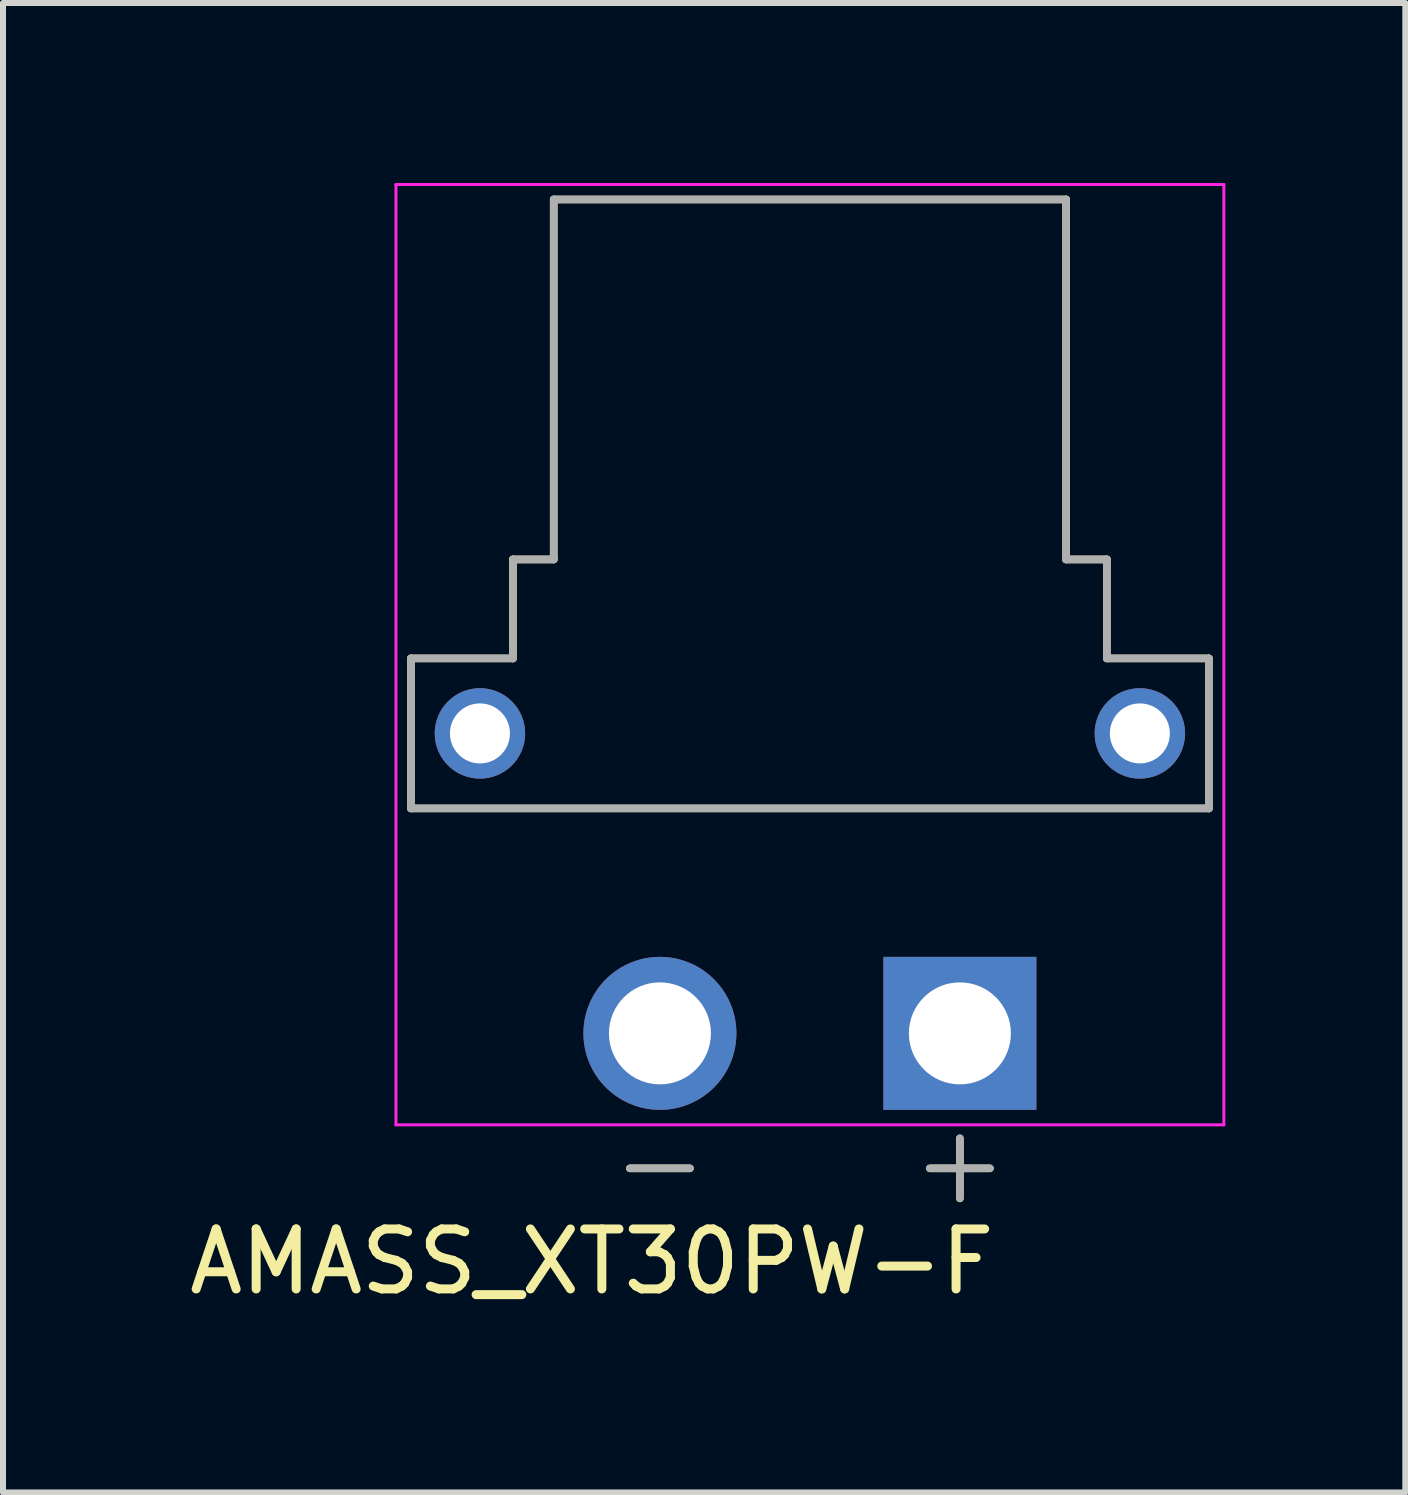
<source format=kicad_pcb>
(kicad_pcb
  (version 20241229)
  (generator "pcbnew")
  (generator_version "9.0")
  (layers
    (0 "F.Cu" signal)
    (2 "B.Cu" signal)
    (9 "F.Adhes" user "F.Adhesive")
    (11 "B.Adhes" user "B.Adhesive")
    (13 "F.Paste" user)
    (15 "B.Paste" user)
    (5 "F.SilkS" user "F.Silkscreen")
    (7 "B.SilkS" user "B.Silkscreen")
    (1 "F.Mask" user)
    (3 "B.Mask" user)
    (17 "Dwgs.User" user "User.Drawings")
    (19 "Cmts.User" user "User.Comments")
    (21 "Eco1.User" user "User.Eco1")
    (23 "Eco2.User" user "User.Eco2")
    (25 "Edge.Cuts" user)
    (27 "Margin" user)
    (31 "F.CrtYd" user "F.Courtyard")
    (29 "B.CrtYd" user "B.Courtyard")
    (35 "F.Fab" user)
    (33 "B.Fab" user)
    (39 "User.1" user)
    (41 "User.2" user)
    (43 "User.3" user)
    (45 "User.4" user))
  (footprint "AMASS_XT30PW-F"
    (layer "F.Cu")
    (at 10.45 9.175)
    (property "Reference" "AMASS_XT30PW-F" (at -3.635 8.805 0) (layer "F.SilkS") (effects (font (size 1 1) (thickness 0.15))))
    (attr through_hole)
    (fp_line (start -6.65 -1.25) (end -4.95 -1.25) (stroke (width 0.127) (type solid)) (layer "F.SilkS"))
    (fp_line (start -6.65 1.25) (end -6.65 -1.25) (stroke (width 0.127) (type solid)) (layer "F.SilkS"))
    (fp_line (start -4.95 -2.9) (end -4.27 -2.9) (stroke (width 0.127) (type solid)) (layer "F.SilkS"))
    (fp_line (start -4.95 -1.25) (end -4.95 -2.9) (stroke (width 0.127) (type solid)) (layer "F.SilkS"))
    (fp_line (start -4.27 -8.9) (end 4.27 -8.9) (stroke (width 0.127) (type solid)) (layer "F.SilkS"))
    (fp_line (start -4.27 -2.9) (end -4.27 -8.9) (stroke (width 0.127) (type solid)) (layer "F.SilkS"))
    (fp_line (start -3 7.25) (end -2 7.25) (stroke (width 0.127) (type solid)) (layer "F.SilkS"))
    (fp_line (start 2 7.25) (end 3 7.25) (stroke (width 0.127) (type solid)) (layer "F.SilkS"))
    (fp_line (start 2.5 6.75) (end 2.5 7.75) (stroke (width 0.127) (type solid)) (layer "F.SilkS"))
    (fp_line (start 4.27 -2.9) (end 4.27 -8.9) (stroke (width 0.127) (type solid)) (layer "F.SilkS"))
    (fp_line (start 4.95 -2.9) (end 4.27 -2.9) (stroke (width 0.127) (type solid)) (layer "F.SilkS"))
    (fp_line (start 4.95 -1.25) (end 4.95 -2.9) (stroke (width 0.127) (type solid)) (layer "F.SilkS"))
    (fp_line (start 6.65 -1.25) (end 4.95 -1.25) (stroke (width 0.127) (type solid)) (layer "F.SilkS"))
    (fp_line (start 6.65 1.25) (end -6.65 1.25) (stroke (width 0.127) (type solid)) (layer "F.SilkS"))
    (fp_line (start 6.65 1.25) (end 6.65 -1.25) (stroke (width 0.127) (type solid)) (layer "F.SilkS"))
    (fp_line (start -6.9 -9.15) (end 6.9 -9.15) (stroke (width 0.05) (type solid)) (layer "F.CrtYd"))
    (fp_line (start -6.9 6.525) (end -6.9 -9.15) (stroke (width 0.05) (type solid)) (layer "F.CrtYd"))
    (fp_line (start 6.9 -9.15) (end 6.9 6.525) (stroke (width 0.05) (type solid)) (layer "F.CrtYd"))
    (fp_line (start 6.9 6.525) (end -6.9 6.525) (stroke (width 0.05) (type solid)) (layer "F.CrtYd"))
    (fp_line (start -6.65 -1.25) (end -4.95 -1.25) (stroke (width 0.127) (type solid)) (layer "F.Fab"))
    (fp_line (start -6.65 1.25) (end -6.65 -1.25) (stroke (width 0.127) (type solid)) (layer "F.Fab"))
    (fp_line (start -4.95 -2.9) (end -4.27 -2.9) (stroke (width 0.127) (type solid)) (layer "F.Fab"))
    (fp_line (start -4.95 -1.25) (end -4.95 -2.9) (stroke (width 0.127) (type solid)) (layer "F.Fab"))
    (fp_line (start -4.27 -8.9) (end 4.27 -8.9) (stroke (width 0.127) (type solid)) (layer "F.Fab"))
    (fp_line (start -4.27 -2.9) (end -4.27 -8.9) (stroke (width 0.127) (type solid)) (layer "F.Fab"))
    (fp_line (start -3 7.25) (end -2 7.25) (stroke (width 0.127) (type solid)) (layer "F.Fab"))
    (fp_line (start 2 7.25) (end 3 7.25) (stroke (width 0.127) (type solid)) (layer "F.Fab"))
    (fp_line (start 2.5 6.75) (end 2.5 7.75) (stroke (width 0.127) (type solid)) (layer "F.Fab"))
    (fp_line (start 4.27 -2.9) (end 4.27 -8.9) (stroke (width 0.127) (type solid)) (layer "F.Fab"))
    (fp_line (start 4.95 -2.9) (end 4.27 -2.9) (stroke (width 0.127) (type solid)) (layer "F.Fab"))
    (fp_line (start 4.95 -1.25) (end 4.95 -2.9) (stroke (width 0.127) (type solid)) (layer "F.Fab"))
    (fp_line (start 6.65 -1.25) (end 4.95 -1.25) (stroke (width 0.127) (type solid)) (layer "F.Fab"))
    (fp_line (start 6.65 1.25) (end -6.65 1.25) (stroke (width 0.127) (type solid)) (layer "F.Fab"))
    (fp_line (start 6.65 1.25) (end 6.65 -1.25) (stroke (width 0.127) (type solid)) (layer "F.Fab"))
    (pad "" thru_hole circle (at -5.5 0) (size 1.508 1.508) (drill 1) (layers "*.Cu" "*.Mask"))
    (pad "" thru_hole circle (at 5.5 0) (size 1.508 1.508) (drill 1) (layers "*.Cu" "*.Mask"))
    (pad "1" thru_hole rect (at 2.5 5) (size 2.55 2.55) (drill 1.7) (layers "*.Cu" "*.Mask"))
    (pad "2" thru_hole circle (at -2.5 5) (size 2.55 2.55) (drill 1.7) (layers "*.Cu" "*.Mask")))
  (gr_rect
    (start -3 -3)
    (end 20.375 21.828)
    (stroke (width 0.1) (type default))
    (fill no)
    (layer "Edge.Cuts")))
</source>
